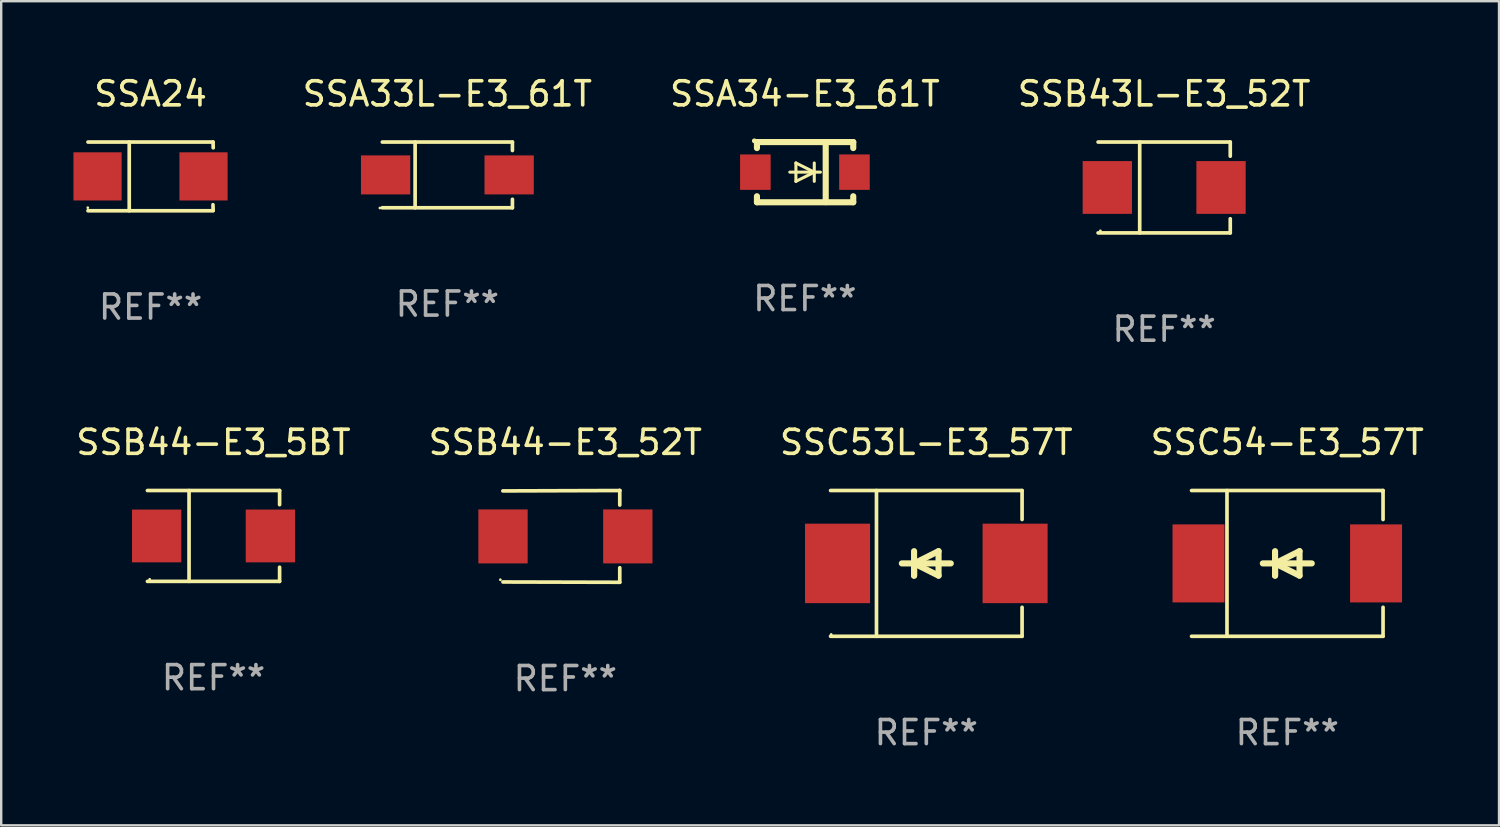
<source format=kicad_pcb>
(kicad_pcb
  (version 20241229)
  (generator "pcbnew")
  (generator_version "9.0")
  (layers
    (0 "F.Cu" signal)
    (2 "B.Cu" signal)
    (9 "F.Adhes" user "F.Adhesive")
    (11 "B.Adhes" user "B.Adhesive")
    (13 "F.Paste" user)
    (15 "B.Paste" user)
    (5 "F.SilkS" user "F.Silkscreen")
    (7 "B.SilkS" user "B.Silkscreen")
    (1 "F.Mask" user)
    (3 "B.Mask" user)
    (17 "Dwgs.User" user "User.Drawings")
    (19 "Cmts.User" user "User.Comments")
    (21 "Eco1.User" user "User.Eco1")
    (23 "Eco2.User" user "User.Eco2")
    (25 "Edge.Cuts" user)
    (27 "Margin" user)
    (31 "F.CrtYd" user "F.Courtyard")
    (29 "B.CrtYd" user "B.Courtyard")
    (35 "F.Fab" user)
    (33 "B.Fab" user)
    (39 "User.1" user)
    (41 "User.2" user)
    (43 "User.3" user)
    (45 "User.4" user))
  (footprint "SSA24"
    (layer "F.Cu")
    (at 3.203 4.274)
    (property "Reference" "SSA24" (at 0 -3.426 0) (layer "F.SilkS") (effects (font (size 1 1) (thickness 0.15))))
    (attr through_hole)
    (fp_line (start -2.6 -1.426) (end 2.593 -1.426) (stroke (width 0.152) (type solid)) (layer "F.SilkS"))
    (fp_line (start -2.6 1.426) (end 2.593 1.426) (stroke (width 0.152) (type solid)) (layer "F.SilkS"))
    (fp_line (start -0.887 -1.426) (end -0.887 1.426) (stroke (width 0.152) (type solid)) (layer "F.SilkS"))
    (fp_line (start 2.59 1.176) (end 2.597 1.415) (stroke (width 0.152) (type solid)) (layer "F.SilkS"))
    (fp_line (start 2.593 -1.426) (end 2.6 -1.187) (stroke (width 0.152) (type solid)) (layer "F.SilkS"))
    (fp_circle (center -2.608 1.3) (end -2.578 1.3) (stroke (width 0.06) (type solid)) (fill no) (layer "F.SilkS"))
    (fp_text user "REF**" (at 0 5.426 0) (layer "F.Fab") (effects (font (size 1 1) (thickness 0.15))))
    (pad "1" smd rect (at -2.203 0 180) (size 2 2) (layers "F.Cu" "F.Mask" "F.Paste"))
    (pad "2" smd rect (at 2.197 0 180) (size 2 2) (layers "F.Cu" "F.Mask" "F.Paste")))
  (footprint "SSB44-E3_5BT"
    (layer "F.Cu")
    (at 5.815 19.203)
    (property "Reference" "SSB44-E3_5BT" (at 0 -3.886 0) (layer "F.SilkS") (effects (font (size 1 1) (thickness 0.15))))
    (attr through_hole)
    (fp_line (start -2.744 -1.886) (end 2.744 -1.886) (stroke (width 0.152) (type solid)) (layer "F.SilkS"))
    (fp_line (start -2.744 1.886) (end 2.744 1.886) (stroke (width 0.152) (type solid)) (layer "F.SilkS"))
    (fp_line (start -1.016 -1.886) (end -1.016 1.886) (stroke (width 0.152) (type solid)) (layer "F.SilkS"))
    (fp_line (start 2.744 -1.886) (end 2.744 -1.299) (stroke (width 0.152) (type solid)) (layer "F.SilkS"))
    (fp_line (start 2.744 1.886) (end 2.744 1.299) (stroke (width 0.152) (type solid)) (layer "F.SilkS"))
    (fp_circle (center -2.65 1.8) (end -2.62 1.8) (stroke (width 0.06) (type solid)) (fill no) (layer "F.SilkS"))
    (fp_text user "REF**" (at 0 5.886 0) (layer "F.Fab") (effects (font (size 1 1) (thickness 0.15))))
    (pad "1" smd rect (at -2.361 0) (size 2.047 2.192) (layers "F.Cu" "F.Mask" "F.Paste"))
    (pad "2" smd rect (at 2.361 0) (size 2.047 2.192) (layers "F.Cu" "F.Mask" "F.Paste")))
  (footprint "SSC54-E3_57T"
    (layer "F.Cu")
    (at 50.399 20.343)
    (property "Reference" "SSC54-E3_57T" (at 0 -5.026 0) (layer "F.SilkS") (effects (font (size 1 1) (thickness 0.15))))
    (attr through_hole)
    (fp_line (start -3.976 -3.026) (end 3.976 -3.026) (stroke (width 0.152) (type solid)) (layer "F.SilkS"))
    (fp_line (start -3.976 3.026) (end 3.976 3.026) (stroke (width 0.152) (type solid)) (layer "F.SilkS"))
    (fp_line (start -2.504 -3.026) (end -2.504 3.026) (stroke (width 0.152) (type solid)) (layer "F.SilkS"))
    (fp_line (start -0.508 0) (end -0.508 0.508) (stroke (width 0.254) (type solid)) (layer "F.SilkS"))
    (fp_line (start -0.508 0) (end 0.508 0.508) (stroke (width 0.254) (type solid)) (layer "F.SilkS"))
    (fp_line (start -0.508 0.508) (end -0.508 -0.508) (stroke (width 0.254) (type solid)) (layer "F.SilkS"))
    (fp_line (start 0.508 -0.508) (end -0.508 0) (stroke (width 0.254) (type solid)) (layer "F.SilkS"))
    (fp_line (start 0.508 0.508) (end 0.508 -0.508) (stroke (width 0.254) (type solid)) (layer "F.SilkS"))
    (fp_line (start 1.016 0) (end -1.016 0) (stroke (width 0.254) (type solid)) (layer "F.SilkS"))
    (fp_line (start 3.976 -3.026) (end 3.976 -1.823) (stroke (width 0.152) (type solid)) (layer "F.SilkS"))
    (fp_line (start 3.976 3.026) (end 3.976 1.823) (stroke (width 0.152) (type solid)) (layer "F.SilkS"))
    (fp_circle (center 3.95 -2.95) (end 3.98 -2.95) (stroke (width 0.06) (type solid)) (fill no) (layer "F.SilkS"))
    (fp_text user "REF**" (at 0 7.026 0) (layer "F.Fab") (effects (font (size 1 1) (thickness 0.15))))
    (pad "1" smd rect (at 3.686 0 180) (size 2.158 3.24) (layers "F.Cu" "F.Mask" "F.Paste"))
    (pad "2" smd rect (at -3.686 0 180) (size 2.158 3.24) (layers "F.Cu" "F.Mask" "F.Paste")))
  (footprint "SSC53L-E3_57T"
    (layer "F.Cu")
    (at 35.411 20.343)
    (property "Reference" "SSC53L-E3_57T" (at 0 -5.026 0) (layer "F.SilkS") (effects (font (size 1 1) (thickness 0.15))))
    (attr through_hole)
    (fp_line (start -3.976 -3.026) (end 3.976 -3.026) (stroke (width 0.152) (type solid)) (layer "F.SilkS"))
    (fp_line (start -3.976 3.026) (end 3.976 3.026) (stroke (width 0.152) (type solid)) (layer "F.SilkS"))
    (fp_line (start -2.069 -3.026) (end -2.069 3.026) (stroke (width 0.152) (type solid)) (layer "F.SilkS"))
    (fp_line (start -0.508 0) (end -0.508 0.508) (stroke (width 0.254) (type solid)) (layer "F.SilkS"))
    (fp_line (start -0.508 0) (end 0.508 0.508) (stroke (width 0.254) (type solid)) (layer "F.SilkS"))
    (fp_line (start -0.508 0.508) (end -0.508 -0.508) (stroke (width 0.254) (type solid)) (layer "F.SilkS"))
    (fp_line (start 0.508 -0.508) (end -0.508 0) (stroke (width 0.254) (type solid)) (layer "F.SilkS"))
    (fp_line (start 0.508 0.508) (end 0.508 -0.508) (stroke (width 0.254) (type solid)) (layer "F.SilkS"))
    (fp_line (start 1.016 0) (end -1.016 0) (stroke (width 0.254) (type solid)) (layer "F.SilkS"))
    (fp_line (start 3.976 -3.026) (end 3.976 -1.823) (stroke (width 0.152) (type solid)) (layer "F.SilkS"))
    (fp_line (start 3.976 3.026) (end 3.976 1.823) (stroke (width 0.152) (type solid)) (layer "F.SilkS"))
    (fp_circle (center -3.95 2.95) (end -3.92 2.95) (stroke (width 0.06) (type solid)) (fill no) (layer "F.SilkS"))
    (fp_text user "REF**" (at 0 7.026 0) (layer "F.Fab") (effects (font (size 1 1) (thickness 0.15))))
    (pad "1" smd rect (at -3.686 0) (size 2.7 3.3) (layers "F.Cu" "F.Mask" "F.Paste"))
    (pad "2" smd rect (at 3.686 0) (size 2.7 3.3) (layers "F.Cu" "F.Mask" "F.Paste")))
  (footprint "SSB43L-E3_52T"
    (layer "F.Cu")
    (at 45.287 4.734)
    (property "Reference" "SSB43L-E3_52T" (at 0 -3.886 0) (layer "F.SilkS") (effects (font (size 1 1) (thickness 0.15))))
    (attr through_hole)
    (fp_line (start -2.744 -1.886) (end 2.744 -1.886) (stroke (width 0.152) (type solid)) (layer "F.SilkS"))
    (fp_line (start -2.744 1.886) (end 2.744 1.886) (stroke (width 0.152) (type solid)) (layer "F.SilkS"))
    (fp_line (start -1.016 -1.886) (end -1.016 1.886) (stroke (width 0.152) (type solid)) (layer "F.SilkS"))
    (fp_line (start 2.744 -1.886) (end 2.744 -1.299) (stroke (width 0.152) (type solid)) (layer "F.SilkS"))
    (fp_line (start 2.744 1.886) (end 2.744 1.299) (stroke (width 0.152) (type solid)) (layer "F.SilkS"))
    (fp_circle (center -2.65 1.8) (end -2.62 1.8) (stroke (width 0.06) (type solid)) (fill no) (layer "F.SilkS"))
    (fp_text user "REF**" (at 0 5.886 0) (layer "F.Fab") (effects (font (size 1 1) (thickness 0.15))))
    (pad "1" smd rect (at -2.361 0) (size 2.047 2.192) (layers "F.Cu" "F.Mask" "F.Paste"))
    (pad "2" smd rect (at 2.361 0) (size 2.047 2.192) (layers "F.Cu" "F.Mask" "F.Paste")))
  (footprint "SSA33L-E3_61T"
    (layer "F.Cu")
    (at 15.525 4.212)
    (property "Reference" "SSA33L-E3_61T" (at 0 -3.364 0) (layer "F.SilkS") (effects (font (size 1 1) (thickness 0.15))))
    (attr through_hole)
    (fp_line (start -2.701 -1.364) (end 2.701 -1.364) (stroke (width 0.152) (type solid)) (layer "F.SilkS"))
    (fp_line (start -2.701 1.364) (end 2.701 1.364) (stroke (width 0.152) (type solid)) (layer "F.SilkS"))
    (fp_line (start -1.339 -1.364) (end -1.339 1.364) (stroke (width 0.152) (type solid)) (layer "F.SilkS"))
    (fp_line (start 2.701 -1.364) (end 2.701 -1.013) (stroke (width 0.152) (type solid)) (layer "F.SilkS"))
    (fp_line (start 2.701 1.364) (end 2.701 1.013) (stroke (width 0.152) (type solid)) (layer "F.SilkS"))
    (fp_circle (center -2.8 1.375) (end -2.77 1.375) (stroke (width 0.06) (type solid)) (fill no) (layer "F.SilkS"))
    (fp_text user "REF**" (at 0 5.364 0) (layer "F.Fab") (effects (font (size 1 1) (thickness 0.15))))
    (pad "1" smd rect (at -2.565 -0.000025) (size 2.046 1.62) (layers "F.Cu" "F.Mask" "F.Paste"))
    (pad "2" smd rect (at 2.565 -0.000025) (size 2.046 1.62) (layers "F.Cu" "F.Mask" "F.Paste")))
  (footprint "SSB44-E3_52T"
    (layer "F.Cu")
    (at 20.423 19.222)
    (property "Reference" "SSB44-E3_52T" (at 0 -3.905 0) (layer "F.SilkS") (effects (font (size 1 1) (thickness 0.15))))
    (attr through_hole)
    (fp_line (start 2.256 -1.905) (end -2.594 -1.889) (stroke (width 0.152) (type solid)) (layer "F.SilkS"))
    (fp_line (start 2.256 -1.905) (end 2.26 -1.905) (stroke (width 0.152) (type solid)) (layer "F.SilkS"))
    (fp_line (start 2.26 -1.905) (end 2.26 -1.301) (stroke (width 0.152) (type solid)) (layer "F.SilkS"))
    (fp_line (start 2.26 1.301) (end 2.26 1.905) (stroke (width 0.152) (type solid)) (layer "F.SilkS"))
    (fp_line (start 2.26 1.905) (end -2.59 1.892) (stroke (width 0.152) (type solid)) (layer "F.SilkS"))
    (fp_circle (center -2.697 1.8) (end -2.667 1.8) (stroke (width 0.06) (type solid)) (fill no) (layer "F.SilkS"))
    (fp_text user "REF**" (at 0 5.905 0) (layer "F.Fab") (effects (font (size 1 1) (thickness 0.15))))
    (pad "1" smd rect (at -2.588 0) (size 2.047 2.241) (layers "F.Cu" "F.Mask" "F.Paste"))
    (pad "2" smd rect (at 2.594 0) (size 2.047 2.241) (layers "F.Cu" "F.Mask" "F.Paste")))
  (footprint "SSA34-E3_61T"
    (layer "F.Cu")
    (at 30.37 4.098)
    (property "Reference" "SSA34-E3_61T" (at 0 -3.25 0) (layer "F.SilkS") (effects (font (size 1 1) (thickness 0.15))))
    (attr through_hole)
    (fp_line (start -1.991 -1.25) (end 2.007 -1.25) (stroke (width 0.254) (type solid)) (layer "F.SilkS"))
    (fp_line (start -1.991 -1) (end -1.991 -1.25) (stroke (width 0.254) (type solid)) (layer "F.SilkS"))
    (fp_line (start -1.991 1.25) (end -1.991 1) (stroke (width 0.254) (type solid)) (layer "F.SilkS"))
    (fp_line (start -0.627 0) (end 0.643 0) (stroke (width 0.127) (type solid)) (layer "F.SilkS"))
    (fp_line (start -0.373 -0.381) (end 0.389 0) (stroke (width 0.127) (type solid)) (layer "F.SilkS"))
    (fp_line (start -0.373 0) (end -0.373 -0.381) (stroke (width 0.127) (type solid)) (layer "F.SilkS"))
    (fp_line (start -0.373 0) (end -0.373 0.381) (stroke (width 0.127) (type solid)) (layer "F.SilkS"))
    (fp_line (start -0.373 0.381) (end 0.389 0) (stroke (width 0.127) (type solid)) (layer "F.SilkS"))
    (fp_line (start 0.389 0) (end 0.389 -0.381) (stroke (width 0.127) (type solid)) (layer "F.SilkS"))
    (fp_line (start 0.389 0) (end 0.389 0.381) (stroke (width 0.127) (type solid)) (layer "F.SilkS"))
    (fp_line (start 0.864 -1.245) (end 0.864 1.245) (stroke (width 0.254) (type solid)) (layer "F.SilkS"))
    (fp_line (start 2.007 -1) (end 2.007 -1.25) (stroke (width 0.254) (type solid)) (layer "F.SilkS"))
    (fp_line (start 2.007 1.25) (end -1.991 1.25) (stroke (width 0.254) (type solid)) (layer "F.SilkS"))
    (fp_line (start 2.007 1.25) (end 2.007 1) (stroke (width 0.254) (type solid)) (layer "F.SilkS"))
    (fp_circle (center -2.1 -1.3) (end -2.05 -1.3) (stroke (width 0.1) (type solid)) (fill no) (layer "F.SilkS"))
    (fp_text user "REF**" (at 0 5.25 0) (layer "F.Fab") (effects (font (size 1 1) (thickness 0.15))))
    (pad "1" smd rect (at -2.057 0) (size 1.27 1.471) (layers "F.Cu" "F.Mask" "F.Paste"))
    (pad "2" smd rect (at 2.057 0) (size 1.27 1.471) (layers "F.Cu" "F.Mask" "F.Paste")))
  (gr_rect
    (start -3 -3)
    (end 59.19 31.218)
    (stroke (width 0.1) (type default))
    (fill no)
    (layer "Edge.Cuts")))
</source>
